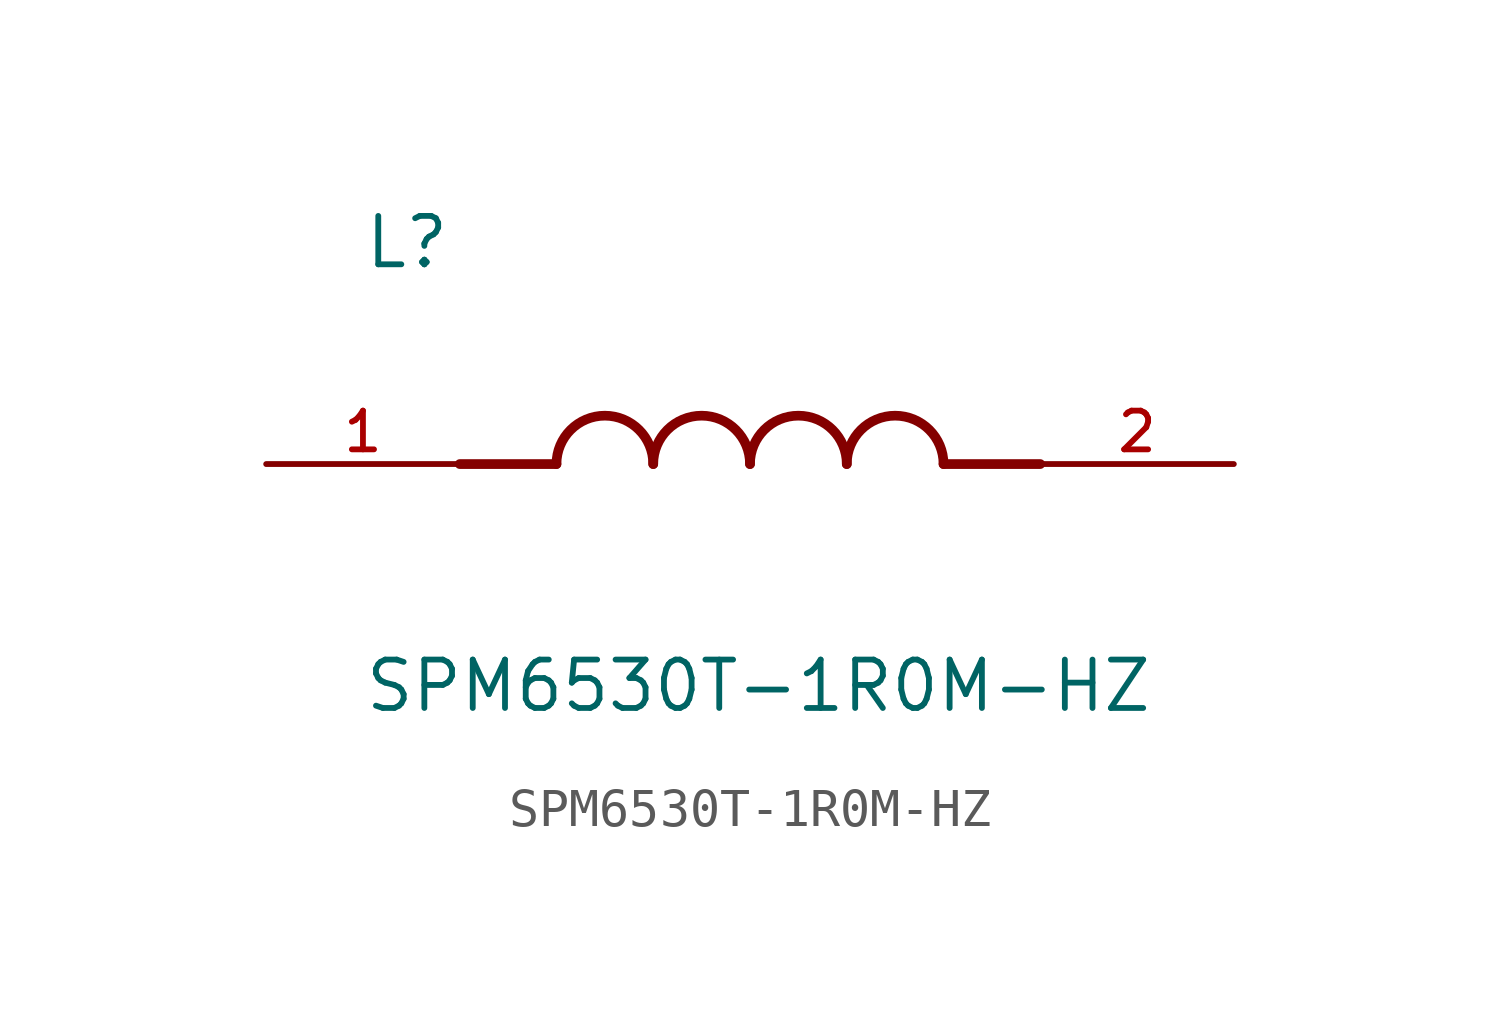
<source format=kicad_sym>
(kicad_symbol_lib
  (version 20211014)
  (generator kicad_symbol_editor)
  (symbol "SPM6530T-1R0M-HZ"
    (pin_names
      (offset 1.016))
    (property "Reference" "L"
      (at -10.16 5.08 0)
      (effects (font (size 1.27 1.27)) (justify bottom left)))
    (property "Value" "SPM6530T-1R0M-HZ"
      (at -10.16 -5.08 0)
      (effects (font (size 1.27 1.27)) (justify top left)))
    (symbol "SPM6530T-1R0M-HZ_0_0"
      (polyline (pts (xy -5.08 0.0) (xy -7.62 0.0)) (stroke (width 0.254)))
      (polyline (pts (xy 5.08 0.0) (xy 7.62 0.0)) (stroke (width 0.254)))
      (arc (start -2.54 0.0) (mid -3.81 1.27) (end -5.08 0.0) (stroke (width 0.254) (type default) (color 0 0 0 0)) (fill (type none)))
      (arc (start 0.0 0.0) (mid -1.27 1.27) (end -2.54 0.0) (stroke (width 0.254) (type default) (color 0 0 0 0)) (fill (type none)))
      (arc (start 2.54 0.0) (mid 1.27 1.27) (end 0.0 0.0) (stroke (width 0.254) (type default) (color 0 0 0 0)) (fill (type none)))
      (arc (start 5.08 0.0) (mid 3.81 1.27) (end 2.54 0.0) (stroke (width 0.254) (type default) (color 0 0 0 0)) (fill (type none)))
      (pin passive line (at -12.7 0.0 0) (length 5.08) (name "~" (effects (font (size 1.016 1.016)))) (number "1" (effects (font (size 1.016 1.016)))))
      (pin passive line (at 12.7 0.0 180.0) (length 5.08) (name "~" (effects (font (size 1.016 1.016)))) (number "2" (effects (font (size 1.016 1.016))))))))
</source>
